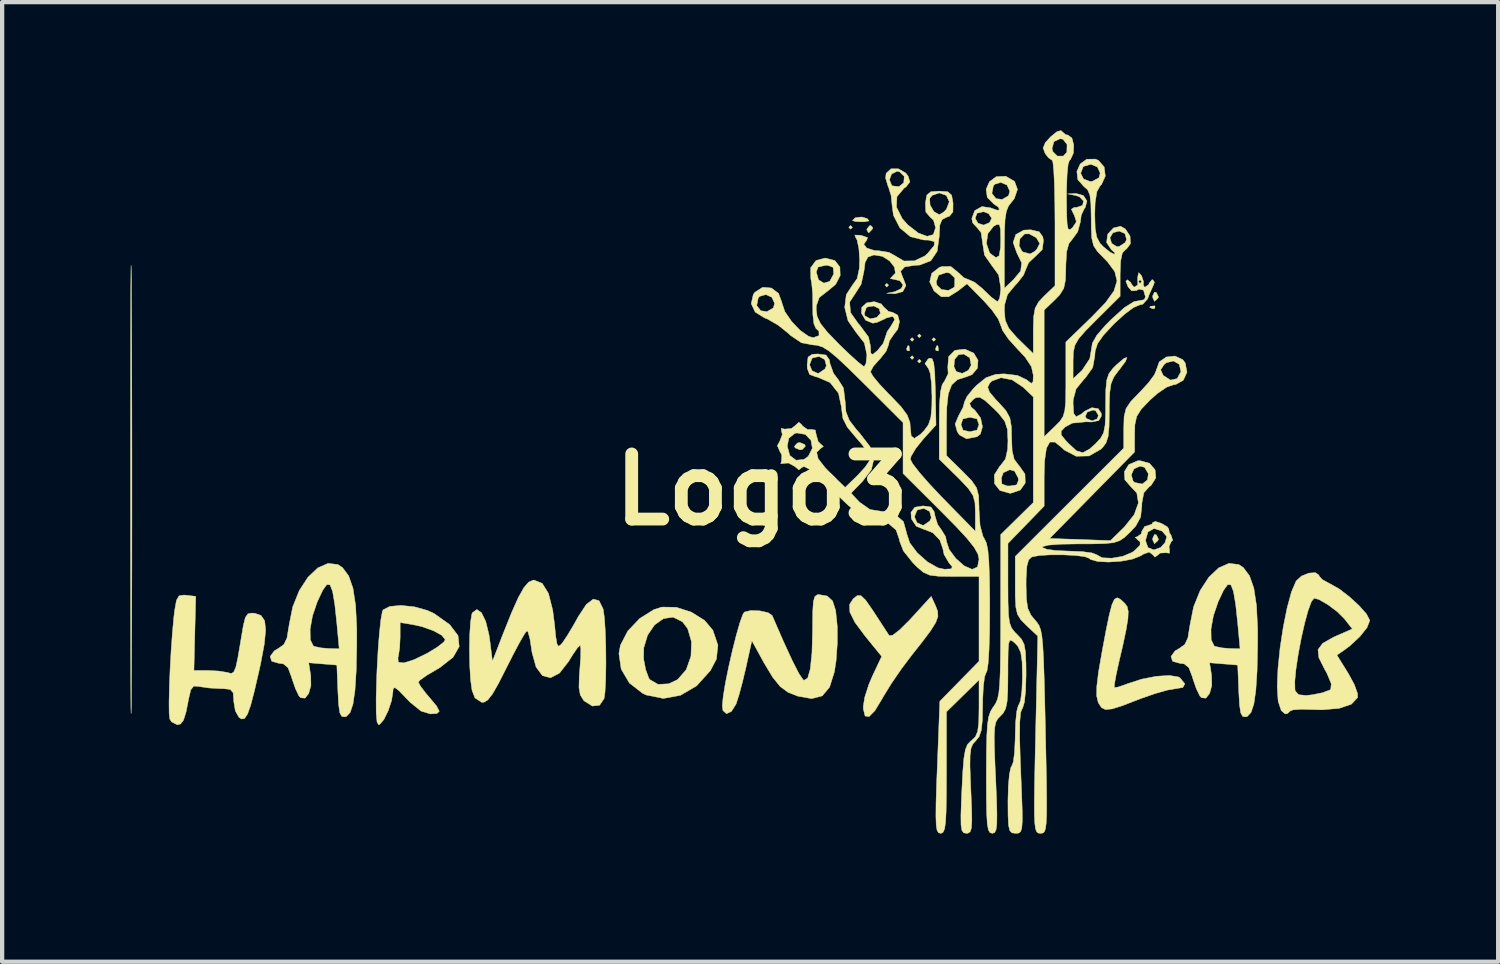
<source format=kicad_pcb>
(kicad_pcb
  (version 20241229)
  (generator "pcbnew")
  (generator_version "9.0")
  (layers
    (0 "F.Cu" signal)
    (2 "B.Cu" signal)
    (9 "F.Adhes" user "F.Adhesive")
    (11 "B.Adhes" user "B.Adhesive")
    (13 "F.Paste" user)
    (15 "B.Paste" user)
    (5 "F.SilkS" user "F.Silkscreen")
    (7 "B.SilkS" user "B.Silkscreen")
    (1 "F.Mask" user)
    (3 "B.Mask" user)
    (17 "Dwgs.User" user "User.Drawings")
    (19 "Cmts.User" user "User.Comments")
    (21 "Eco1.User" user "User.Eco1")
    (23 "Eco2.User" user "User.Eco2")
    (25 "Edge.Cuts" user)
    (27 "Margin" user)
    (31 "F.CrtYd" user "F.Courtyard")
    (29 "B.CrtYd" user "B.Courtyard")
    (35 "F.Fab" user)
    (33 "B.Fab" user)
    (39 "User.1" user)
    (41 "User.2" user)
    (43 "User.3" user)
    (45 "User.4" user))
  (footprint "Logo3"
    (layer "F.Cu")
    (at 14.781 8.408)
    (property "Reference" "Logo3" (at 0 0 0) (layer "F.SilkS") (effects (font (size 1.524 1.524) (thickness 0.3))))
    (attr through_hole)
    (fp_poly (pts (xy 2.117 -6.138) (xy 2.074 -6.096) (xy 2.032 -6.138) (xy 2.074 -6.181) (xy 2.117 -6.138)) (stroke (width 0.01) (type solid)) (fill yes) (layer "F.SilkS"))
    (fp_poly (pts (xy 2.963 -4.784) (xy 2.921 -4.741) (xy 2.879 -4.784) (xy 2.921 -4.826) (xy 2.963 -4.784)) (stroke (width 0.01) (type solid)) (fill yes) (layer "F.SilkS"))
    (fp_poly (pts (xy 3.556 -3.514) (xy 3.514 -3.471) (xy 3.471 -3.514) (xy 3.514 -3.556) (xy 3.556 -3.514)) (stroke (width 0.01) (type solid)) (fill yes) (layer "F.SilkS"))
    (fp_poly (pts (xy 3.556 -3.09) (xy 3.514 -3.048) (xy 3.471 -3.09) (xy 3.514 -3.133) (xy 3.556 -3.09)) (stroke (width 0.01) (type solid)) (fill yes) (layer "F.SilkS"))
    (fp_poly (pts (xy 3.725 -3.598) (xy 3.683 -3.556) (xy 3.641 -3.598) (xy 3.683 -3.641) (xy 3.725 -3.598)) (stroke (width 0.01) (type solid)) (fill yes) (layer "F.SilkS"))
    (fp_poly (pts (xy 3.725 -3.006) (xy 3.683 -2.963) (xy 3.641 -3.006) (xy 3.683 -3.048) (xy 3.725 -3.006)) (stroke (width 0.01) (type solid)) (fill yes) (layer "F.SilkS"))
    (fp_poly (pts (xy 4.064 -3.514) (xy 4.022 -3.471) (xy 3.979 -3.514) (xy 4.022 -3.556) (xy 4.064 -3.514)) (stroke (width 0.01) (type solid)) (fill yes) (layer "F.SilkS"))
    (fp_poly (pts (xy 3.443 -3.358) (xy 3.453 -3.258) (xy 3.443 -3.246) (xy 3.393 -3.257) (xy 3.387 -3.302) (xy 3.418 -3.372) (xy 3.443 -3.358)) (stroke (width 0.01) (type solid)) (fill yes) (layer "F.SilkS"))
    (fp_poly (pts (xy 4.12 -3.358) (xy 4.131 -3.258) (xy 4.12 -3.246) (xy 4.07 -3.257) (xy 4.064 -3.302) (xy 4.095 -3.372) (xy 4.12 -3.358)) (stroke (width 0.01) (type solid)) (fill yes) (layer "F.SilkS"))
    (fp_poly (pts (xy 9.2 -4.29) (xy 9.189 -4.239) (xy 9.144 -4.233) (xy 9.074 -4.264) (xy 9.088 -4.29) (xy 9.188 -4.3) (xy 9.2 -4.29)) (stroke (width 0.01) (type solid)) (fill yes) (layer "F.SilkS"))
    (fp_poly (pts (xy 9.23 -4.613) (xy 9.279 -4.512) (xy 9.267 -4.481) (xy 9.186 -4.406) (xy 9.146 -4.492) (xy 9.144 -4.535) (xy 9.186 -4.622) (xy 9.23 -4.613)) (stroke (width 0.01) (type solid)) (fill yes) (layer "F.SilkS"))
    (fp_poly (pts (xy 9.23 1.059) (xy 9.279 1.161) (xy 9.267 1.191) (xy 9.186 1.266) (xy 9.146 1.181) (xy 9.144 1.138) (xy 9.186 1.051) (xy 9.23 1.059)) (stroke (width 0.01) (type solid)) (fill yes) (layer "F.SilkS"))
    (fp_poly (pts (xy 1.002 -1.055) (xy 1.016 -1.016) (xy 0.947 -0.941) (xy 0.889 -0.931) (xy 0.776 -0.977) (xy 0.762 -1.016) (xy 0.831 -1.091) (xy 0.889 -1.101) (xy 1.002 -1.055)) (stroke (width 0.01) (type solid)) (fill yes) (layer "F.SilkS"))
    (fp_poly (pts (xy 2.463 -6.343) (xy 2.507 -6.289) (xy 2.397 -6.268) (xy 2.349 -6.267) (xy 2.18 -6.276) (xy 2.117 -6.299) (xy 2.185 -6.363) (xy 2.332 -6.38) (xy 2.463 -6.343)) (stroke (width 0.01) (type solid)) (fill yes) (layer "F.SilkS"))
    (fp_poly (pts (xy 2.596 -6.129) (xy 2.582 -6.096) (xy 2.506 -6.015) (xy 2.493 -6.011) (xy 2.456 -6.077) (xy 2.455 -6.096) (xy 2.52 -6.177) (xy 2.545 -6.181) (xy 2.596 -6.129)) (stroke (width 0.01) (type solid)) (fill yes) (layer "F.SilkS"))
    (fp_poly (pts (xy -14.76 -5.127) (xy -14.757 -4.849) (xy -14.754 -4.407) (xy -14.753 -4.255) (xy -14.749 -3.211) (xy -14.746 -2.045) (xy -14.744 -0.803) (xy -14.744 0.468) (xy -14.745 1.723) (xy -14.748 2.913) (xy -14.752 3.994) (xy -14.753 4.255) (xy -14.756 4.742) (xy -14.759 5.066) (xy -14.762 5.229) (xy -14.764 5.238) (xy -14.767 5.097) (xy -14.769 4.811) (xy -14.771 4.384) (xy -14.773 3.822) (xy -14.774 3.129) (xy -14.775 2.31) (xy -14.776 1.37) (xy -14.776 0.314) (xy -14.776 0) (xy -14.776 -1.088) (xy -14.775 -2.06) (xy -14.774 -2.913) (xy -14.773 -3.642) (xy -14.771 -4.241) (xy -14.77 -4.706) (xy -14.767 -5.032) (xy -14.765 -5.214) (xy -14.763 -5.247) (xy -14.76 -5.127)) (stroke (width 0.01) (type solid)) (fill yes) (layer "F.SilkS"))
    (fp_poly (pts (xy 2.319 2.483) (xy 2.428 2.588) (xy 2.586 2.815) (xy 2.637 2.892) (xy 2.797 3.139) (xy 2.924 3.334) (xy 2.98 3.419) (xy 3.062 3.406) (xy 3.227 3.278) (xy 3.454 3.053) (xy 3.5 3.003) (xy 3.961 2.498) (xy 4.064 2.72) (xy 4.112 2.847) (xy 4.118 2.968) (xy 4.067 3.11) (xy 3.946 3.303) (xy 3.742 3.575) (xy 3.522 3.852) (xy 3.27 4.186) (xy 3.029 4.536) (xy 2.844 4.837) (xy 2.815 4.889) (xy 2.643 5.173) (xy 2.507 5.311) (xy 2.414 5.298) (xy 2.372 5.131) (xy 2.371 5.075) (xy 2.407 4.854) (xy 2.501 4.562) (xy 2.587 4.359) (xy 2.802 3.903) (xy 2.417 3.43) (xy 2.176 3.106) (xy 2.057 2.867) (xy 2.051 2.687) (xy 2.134 2.557) (xy 2.231 2.479) (xy 2.319 2.483)) (stroke (width 0.01) (type solid)) (fill yes) (layer "F.SilkS"))
    (fp_poly (pts (xy -2.004 2.754) (xy -1.651 2.868) (xy -1.343 3.06) (xy -1.149 3.29) (xy -1.03 3.642) (xy -1.066 3.967) (xy -1.206 4.234) (xy -1.53 4.593) (xy -1.906 4.813) (xy -2.308 4.887) (xy -2.709 4.806) (xy -2.794 4.766) (xy -3.103 4.525) (xy -3.294 4.201) (xy -3.329 3.958) (xy -2.77 3.958) (xy -2.721 4.214) (xy -2.648 4.41) (xy -2.625 4.445) (xy -2.432 4.557) (xy -2.18 4.544) (xy -1.973 4.445) (xy -1.771 4.212) (xy -1.661 3.898) (xy -1.649 3.56) (xy -1.738 3.254) (xy -1.86 3.092) (xy -2.079 2.985) (xy -2.305 3.018) (xy -2.513 3.166) (xy -2.675 3.403) (xy -2.766 3.703) (xy -2.77 3.958) (xy -3.329 3.958) (xy -3.347 3.837) (xy -3.312 3.64) (xy -3.14 3.31) (xy -2.861 3.016) (xy -2.53 2.808) (xy -2.339 2.748) (xy -2.004 2.754)) (stroke (width 0.01) (type solid)) (fill yes) (layer "F.SilkS"))
    (fp_poly (pts (xy 8.392 2.569) (xy 8.493 2.663) (xy 8.547 2.738) (xy 8.572 2.848) (xy 8.565 3.018) (xy 8.523 3.276) (xy 8.444 3.649) (xy 8.348 4.06) (xy 8.287 4.341) (xy 8.25 4.547) (xy 8.245 4.633) (xy 8.332 4.621) (xy 8.514 4.559) (xy 8.559 4.541) (xy 8.891 4.434) (xy 9.233 4.368) (xy 9.534 4.349) (xy 9.744 4.383) (xy 9.784 4.407) (xy 9.897 4.545) (xy 9.849 4.631) (xy 9.673 4.66) (xy 9.484 4.692) (xy 9.196 4.774) (xy 8.865 4.89) (xy 8.805 4.913) (xy 8.437 5.055) (xy 8.193 5.132) (xy 8.04 5.147) (xy 7.946 5.101) (xy 7.879 4.998) (xy 7.866 4.969) (xy 7.833 4.827) (xy 7.836 4.604) (xy 7.876 4.271) (xy 7.957 3.805) (xy 8.053 3.291) (xy 8.129 2.926) (xy 8.191 2.69) (xy 8.25 2.564) (xy 8.315 2.53) (xy 8.392 2.569)) (stroke (width 0.01) (type solid)) (fill yes) (layer "F.SilkS"))
    (fp_poly (pts (xy 1.527 2.49) (xy 1.652 2.604) (xy 1.725 2.828) (xy 1.762 3.191) (xy 1.763 3.199) (xy 1.764 3.592) (xy 1.735 4.004) (xy 1.695 4.267) (xy 1.582 4.623) (xy 1.411 4.827) (xy 1.164 4.891) (xy 0.839 4.833) (xy 0.611 4.744) (xy 0.426 4.607) (xy 0.25 4.389) (xy 0.049 4.055) (xy 0.011 3.985) (xy -0.236 3.535) (xy -0.374 4.159) (xy -0.455 4.5) (xy -0.537 4.804) (xy -0.603 5.009) (xy -0.605 5.016) (xy -0.715 5.191) (xy -0.831 5.244) (xy -0.913 5.17) (xy -0.928 5.059) (xy -0.906 4.836) (xy -0.854 4.52) (xy -0.779 4.151) (xy -0.692 3.768) (xy -0.601 3.409) (xy -0.516 3.113) (xy -0.446 2.919) (xy -0.412 2.866) (xy -0.262 2.829) (xy -0.052 2.837) (xy 0.141 2.879) (xy 0.238 2.944) (xy 0.503 3.553) (xy 0.712 4.006) (xy 0.864 4.303) (xy 0.962 4.448) (xy 0.984 4.463) (xy 1.07 4.411) (xy 1.132 4.194) (xy 1.171 3.812) (xy 1.185 3.268) (xy 1.185 3.207) (xy 1.189 2.845) (xy 1.204 2.621) (xy 1.238 2.503) (xy 1.295 2.46) (xy 1.333 2.457) (xy 1.527 2.49)) (stroke (width 0.01) (type solid)) (fill yes) (layer "F.SilkS"))
    (fp_poly (pts (xy -13.471 2.472) (xy -13.25 2.498) (xy -13.272 3.365) (xy -13.293 4.233) (xy -12.961 4.233) (xy -12.71 4.246) (xy -12.519 4.277) (xy -12.496 4.284) (xy -12.418 4.303) (xy -12.36 4.268) (xy -12.312 4.154) (xy -12.264 3.932) (xy -12.203 3.576) (xy -12.189 3.488) (xy -12.135 3.172) (xy -12.088 2.989) (xy -12.028 2.906) (xy -11.937 2.889) (xy -11.866 2.895) (xy -11.722 2.945) (xy -11.638 3.068) (xy -11.614 3.284) (xy -11.646 3.614) (xy -11.733 4.079) (xy -11.766 4.227) (xy -11.877 4.71) (xy -11.965 5.046) (xy -12.039 5.254) (xy -12.108 5.355) (xy -12.178 5.368) (xy -12.236 5.332) (xy -12.323 5.181) (xy -12.361 4.955) (xy -12.361 4.943) (xy -12.374 4.755) (xy -12.444 4.675) (xy -12.623 4.656) (xy -12.679 4.656) (xy -12.942 4.642) (xy -13.16 4.61) (xy -13.176 4.606) (xy -13.298 4.598) (xy -13.367 4.686) (xy -13.413 4.882) (xy -13.478 5.208) (xy -13.538 5.398) (xy -13.607 5.485) (xy -13.682 5.503) (xy -13.816 5.435) (xy -13.858 5.368) (xy -13.873 5.234) (xy -13.875 4.969) (xy -13.867 4.61) (xy -13.85 4.195) (xy -13.826 3.76) (xy -13.796 3.345) (xy -13.763 2.986) (xy -13.743 2.822) (xy -13.702 2.591) (xy -13.641 2.486) (xy -13.528 2.467) (xy -13.471 2.472)) (stroke (width 0.01) (type solid)) (fill yes) (layer "F.SilkS"))
    (fp_poly (pts (xy -8.136 2.742) (xy -7.83 2.827) (xy -7.67 2.901) (xy -7.307 3.159) (xy -7.112 3.417) (xy -7.085 3.673) (xy -7.228 3.923) (xy -7.539 4.166) (xy -7.616 4.211) (xy -7.846 4.347) (xy -8.001 4.457) (xy -8.042 4.506) (xy -7.992 4.6) (xy -7.863 4.769) (xy -7.789 4.855) (xy -7.612 5.068) (xy -7.551 5.187) (xy -7.605 5.239) (xy -7.76 5.249) (xy -7.978 5.183) (xy -8.234 4.976) (xy -8.31 4.897) (xy -8.493 4.706) (xy -8.592 4.631) (xy -8.631 4.661) (xy -8.636 4.73) (xy -8.668 4.939) (xy -8.747 5.175) (xy -8.847 5.379) (xy -8.945 5.494) (xy -8.972 5.503) (xy -9.008 5.436) (xy -9.027 5.23) (xy -9.029 4.874) (xy -9.014 4.361) (xy -9.008 4.212) (xy -8.992 3.93) (xy -8.518 3.93) (xy -8.511 4.039) (xy -8.38 4.055) (xy -8.139 3.979) (xy -7.832 3.829) (xy -7.603 3.69) (xy -7.45 3.571) (xy -7.411 3.514) (xy -7.489 3.412) (xy -7.685 3.303) (xy -7.953 3.207) (xy -8.173 3.158) (xy -8.467 3.111) (xy -8.467 3.453) (xy -8.479 3.707) (xy -8.509 3.902) (xy -8.518 3.93) (xy -8.992 3.93) (xy -8.983 3.756) (xy -8.952 3.356) (xy -8.918 3.045) (xy -8.884 2.855) (xy -8.868 2.815) (xy -8.709 2.733) (xy -8.447 2.71) (xy -8.136 2.742)) (stroke (width 0.01) (type solid)) (fill yes) (layer "F.SilkS"))
    (fp_poly (pts (xy -9.923 1.753) (xy -9.815 1.826) (xy -9.672 2.018) (xy -9.571 2.307) (xy -9.509 2.712) (xy -9.482 3.253) (xy -9.482 3.628) (xy -9.495 4.238) (xy -9.524 4.695) (xy -9.57 5.015) (xy -9.636 5.214) (xy -9.724 5.307) (xy -9.755 5.317) (xy -9.831 5.309) (xy -9.878 5.225) (xy -9.906 5.036) (xy -9.923 4.726) (xy -9.948 4.106) (xy -10.278 4.079) (xy -10.607 4.052) (xy -10.56 4.347) (xy -10.555 4.583) (xy -10.607 4.772) (xy -10.694 4.88) (xy -10.796 4.87) (xy -10.836 4.826) (xy -10.915 4.662) (xy -10.998 4.425) (xy -11.01 4.381) (xy -11.091 4.167) (xy -11.201 4.077) (xy -11.306 4.064) (xy -11.472 4.017) (xy -11.509 3.905) (xy -11.415 3.775) (xy -11.314 3.715) (xy -11.188 3.625) (xy -11.114 3.47) (xy -11.081 3.266) (xy -10.574 3.266) (xy -10.569 3.515) (xy -10.499 3.657) (xy -10.477 3.669) (xy -10.318 3.703) (xy -10.132 3.719) (xy -9.893 3.725) (xy -9.946 3.154) (xy -9.996 2.686) (xy -10.048 2.38) (xy -10.108 2.228) (xy -10.183 2.222) (xy -10.279 2.355) (xy -10.403 2.618) (xy -10.404 2.619) (xy -10.518 2.954) (xy -10.574 3.266) (xy -11.081 3.266) (xy -11.069 3.198) (xy -11.067 3.177) (xy -10.981 2.744) (xy -10.827 2.362) (xy -10.625 2.051) (xy -10.394 1.832) (xy -10.154 1.726) (xy -9.923 1.753)) (stroke (width 0.01) (type solid)) (fill yes) (layer "F.SilkS"))
    (fp_poly (pts (xy 11.159 1.753) (xy 11.267 1.826) (xy 11.41 2.018) (xy 11.511 2.307) (xy 11.573 2.712) (xy 11.6 3.253) (xy 11.6 3.628) (xy 11.587 4.238) (xy 11.558 4.695) (xy 11.512 5.015) (xy 11.446 5.214) (xy 11.358 5.307) (xy 11.327 5.317) (xy 11.251 5.309) (xy 11.204 5.225) (xy 11.176 5.036) (xy 11.159 4.726) (xy 11.134 4.106) (xy 10.804 4.079) (xy 10.475 4.052) (xy 10.522 4.347) (xy 10.527 4.583) (xy 10.475 4.772) (xy 10.388 4.88) (xy 10.286 4.87) (xy 10.246 4.826) (xy 10.167 4.662) (xy 10.084 4.425) (xy 10.072 4.381) (xy 9.991 4.167) (xy 9.881 4.077) (xy 9.776 4.064) (xy 9.61 4.017) (xy 9.573 3.905) (xy 9.667 3.775) (xy 9.768 3.715) (xy 9.894 3.625) (xy 9.968 3.47) (xy 10.001 3.266) (xy 10.508 3.266) (xy 10.513 3.515) (xy 10.583 3.657) (xy 10.604 3.669) (xy 10.764 3.703) (xy 10.95 3.719) (xy 11.189 3.725) (xy 11.136 3.154) (xy 11.086 2.686) (xy 11.034 2.38) (xy 10.974 2.228) (xy 10.899 2.222) (xy 10.803 2.355) (xy 10.679 2.618) (xy 10.678 2.619) (xy 10.564 2.954) (xy 10.508 3.266) (xy 10.001 3.266) (xy 10.013 3.198) (xy 10.015 3.177) (xy 10.101 2.744) (xy 10.255 2.362) (xy 10.457 2.051) (xy 10.688 1.832) (xy 10.928 1.726) (xy 11.159 1.753)) (stroke (width 0.01) (type solid)) (fill yes) (layer "F.SilkS"))
    (fp_poly (pts (xy 13.036 2.003) (xy 13.039 2.022) (xy 13.109 2.102) (xy 13.278 2.195) (xy 13.287 2.199) (xy 13.504 2.321) (xy 13.746 2.506) (xy 13.974 2.715) (xy 14.147 2.91) (xy 14.223 3.055) (xy 14.224 3.065) (xy 14.16 3.228) (xy 13.992 3.44) (xy 13.758 3.656) (xy 13.649 3.738) (xy 13.455 3.873) (xy 13.723 4.304) (xy 13.863 4.562) (xy 13.938 4.772) (xy 13.94 4.866) (xy 13.793 5.022) (xy 13.506 5.119) (xy 13.1 5.153) (xy 12.89 5.147) (xy 12.617 5.14) (xy 12.426 5.154) (xy 12.361 5.182) (xy 12.293 5.243) (xy 12.245 5.249) (xy 12.153 5.172) (xy 12.085 4.967) (xy 12.078 4.928) (xy 12.058 4.606) (xy 12.063 4.491) (xy 12.469 4.491) (xy 12.474 4.684) (xy 12.483 4.715) (xy 12.56 4.799) (xy 12.73 4.817) (xy 12.881 4.801) (xy 13.12 4.753) (xy 13.287 4.69) (xy 13.311 4.672) (xy 13.323 4.542) (xy 13.222 4.299) (xy 13.165 4.198) (xy 13.032 3.932) (xy 13.013 3.744) (xy 13.123 3.596) (xy 13.378 3.452) (xy 13.482 3.406) (xy 13.816 3.26) (xy 13.632 3.025) (xy 13.463 2.856) (xy 13.244 2.692) (xy 13.038 2.573) (xy 12.923 2.54) (xy 12.859 2.618) (xy 12.782 2.826) (xy 12.7 3.126) (xy 12.62 3.48) (xy 12.55 3.851) (xy 12.497 4.201) (xy 12.469 4.491) (xy 12.063 4.491) (xy 12.076 4.185) (xy 12.125 3.708) (xy 12.199 3.22) (xy 12.29 2.767) (xy 12.392 2.392) (xy 12.499 2.142) (xy 12.501 2.138) (xy 12.626 2.023) (xy 12.798 1.954) (xy 12.954 1.943) (xy 13.036 2.003)) (stroke (width 0.01) (type solid)) (fill yes) (layer "F.SilkS"))
    (fp_poly (pts (xy -5.142 2.194) (xy -4.996 2.429) (xy -4.896 2.823) (xy -4.857 3.128) (xy -4.825 3.443) (xy -4.796 3.614) (xy -4.759 3.667) (xy -4.703 3.626) (xy -4.664 3.578) (xy -4.549 3.406) (xy -4.397 3.151) (xy -4.294 2.966) (xy -4.109 2.685) (xy -3.946 2.562) (xy -3.813 2.599) (xy -3.716 2.794) (xy -3.688 2.987) (xy -3.667 3.297) (xy -3.654 3.677) (xy -3.651 4.077) (xy -3.657 4.448) (xy -3.673 4.74) (xy -3.694 4.889) (xy -3.799 5.045) (xy -3.968 5.065) (xy -4.158 4.946) (xy -4.176 4.927) (xy -4.251 4.806) (xy -4.282 4.631) (xy -4.274 4.355) (xy -4.262 4.207) (xy -4.242 3.923) (xy -4.239 3.72) (xy -4.255 3.641) (xy -4.255 3.641) (xy -4.321 3.707) (xy -4.438 3.878) (xy -4.525 4.022) (xy -4.738 4.294) (xy -4.947 4.403) (xy -5.136 4.354) (xy -5.286 4.153) (xy -5.382 3.805) (xy -5.39 3.747) (xy -5.428 3.499) (xy -5.472 3.337) (xy -5.497 3.302) (xy -5.554 3.373) (xy -5.667 3.567) (xy -5.819 3.852) (xy -5.971 4.152) (xy -6.164 4.533) (xy -6.306 4.782) (xy -6.415 4.921) (xy -6.506 4.976) (xy -6.559 4.978) (xy -6.716 4.874) (xy -6.784 4.699) (xy -6.818 4.452) (xy -6.838 4.122) (xy -6.845 3.756) (xy -6.839 3.401) (xy -6.82 3.104) (xy -6.789 2.913) (xy -6.775 2.879) (xy -6.671 2.805) (xy -6.564 2.88) (xy -6.465 3.081) (xy -6.389 3.39) (xy -6.37 3.516) (xy -6.307 4.018) (xy -6.062 3.385) (xy -5.862 2.886) (xy -5.703 2.529) (xy -5.572 2.295) (xy -5.459 2.164) (xy -5.352 2.118) (xy -5.334 2.117) (xy -5.142 2.194)) (stroke (width 0.01) (type solid)) (fill yes) (layer "F.SilkS"))
    (fp_poly (pts (xy 9.848 -3.041) (xy 9.906 -2.963) (xy 9.946 -2.747) (xy 9.861 -2.56) (xy 9.683 -2.46) (xy 9.631 -2.455) (xy 9.471 -2.398) (xy 9.252 -2.248) (xy 9.084 -2.099) (xy 8.877 -1.883) (xy 8.769 -1.712) (xy 8.727 -1.518) (xy 8.721 -1.312) (xy 8.721 -0.882) (xy 7.726 0.131) (xy 6.731 1.143) (xy 8.156 1.193) (xy 8.481 0.875) (xy 8.711 0.586) (xy 8.81 0.311) (xy 8.772 0.078) (xy 8.636 -0.065) (xy 8.492 -0.23) (xy 8.485 -0.344) (xy 8.643 -0.344) (xy 8.685 -0.201) (xy 8.726 -0.166) (xy 8.901 -0.131) (xy 9.022 -0.227) (xy 9.043 -0.371) (xy 8.955 -0.522) (xy 8.849 -0.55) (xy 8.706 -0.486) (xy 8.643 -0.344) (xy 8.485 -0.344) (xy 8.481 -0.421) (xy 8.585 -0.586) (xy 8.787 -0.673) (xy 8.848 -0.677) (xy 9.07 -0.616) (xy 9.2 -0.464) (xy 9.218 -0.275) (xy 9.107 -0.099) (xy 9.059 -0.065) (xy 8.937 0.073) (xy 8.891 0.312) (xy 8.89 0.385) (xy 8.861 0.644) (xy 8.748 0.852) (xy 8.611 0.999) (xy 8.483 1.119) (xy 8.367 1.196) (xy 8.226 1.242) (xy 8.019 1.263) (xy 7.709 1.27) (xy 7.42 1.27) (xy 6.986 1.277) (xy 6.698 1.299) (xy 6.567 1.334) (xy 6.562 1.355) (xy 6.667 1.397) (xy 6.893 1.427) (xy 7.191 1.439) (xy 7.197 1.439) (xy 7.496 1.451) (xy 7.723 1.481) (xy 7.831 1.523) (xy 7.832 1.524) (xy 7.963 1.595) (xy 8.187 1.605) (xy 8.442 1.561) (xy 8.664 1.468) (xy 8.716 1.431) (xy 8.847 1.302) (xy 8.85 1.221) (xy 8.81 1.189) (xy 8.975 1.189) (xy 9.032 1.355) (xy 9.17 1.411) (xy 9.334 1.352) (xy 9.434 1.239) (xy 9.474 1.099) (xy 9.37 0.976) (xy 9.363 0.97) (xy 9.177 0.909) (xy 9.033 0.991) (xy 8.975 1.189) (xy 8.81 1.189) (xy 8.801 1.181) (xy 8.734 1.116) (xy 8.784 1.102) (xy 8.878 1.032) (xy 8.89 0.974) (xy 8.958 0.861) (xy 9.017 0.847) (xy 9.13 0.805) (xy 9.144 0.77) (xy 9.208 0.745) (xy 9.349 0.79) (xy 9.488 0.872) (xy 9.52 0.923) (xy 9.534 1.007) (xy 9.572 1.064) (xy 9.612 1.184) (xy 9.575 1.223) (xy 9.526 1.335) (xy 9.538 1.401) (xy 9.537 1.488) (xy 9.458 1.477) (xy 9.315 1.485) (xy 9.269 1.527) (xy 9.196 1.579) (xy 9.141 1.519) (xy 9.061 1.461) (xy 8.923 1.511) (xy 8.858 1.552) (xy 8.666 1.627) (xy 8.397 1.676) (xy 8.107 1.695) (xy 7.852 1.681) (xy 7.687 1.633) (xy 7.662 1.609) (xy 7.558 1.569) (xy 7.337 1.541) (xy 7.05 1.526) (xy 6.75 1.526) (xy 6.487 1.542) (xy 6.315 1.575) (xy 6.315 1.575) (xy 6.241 1.643) (xy 6.199 1.797) (xy 6.182 2.071) (xy 6.181 2.227) (xy 6.189 2.562) (xy 6.222 2.781) (xy 6.294 2.936) (xy 6.382 3.043) (xy 6.44 3.111) (xy 6.487 3.184) (xy 6.523 3.285) (xy 6.551 3.432) (xy 6.572 3.646) (xy 6.589 3.947) (xy 6.603 4.355) (xy 6.617 4.89) (xy 6.633 5.572) (xy 6.634 5.652) (xy 6.649 6.349) (xy 6.659 6.896) (xy 6.663 7.311) (xy 6.661 7.611) (xy 6.651 7.816) (xy 6.633 7.943) (xy 6.606 8.011) (xy 6.568 8.038) (xy 6.52 8.043) (xy 6.519 8.043) (xy 6.469 8.038) (xy 6.431 8.011) (xy 6.404 7.942) (xy 6.386 7.814) (xy 6.376 7.607) (xy 6.375 7.303) (xy 6.38 6.883) (xy 6.391 6.328) (xy 6.404 5.736) (xy 6.456 3.429) (xy 6.191 3.18) (xy 6.06 3.047) (xy 5.981 2.921) (xy 5.942 2.754) (xy 5.928 2.498) (xy 5.927 2.248) (xy 5.927 1.564) (xy 7.197 0.296) (xy 8.467 -0.972) (xy 8.467 -1.442) (xy 8.475 -1.71) (xy 8.52 -1.895) (xy 8.631 -2.062) (xy 8.837 -2.276) (xy 8.848 -2.286) (xy 9.048 -2.503) (xy 9.186 -2.691) (xy 9.229 -2.795) (xy 9.232 -2.804) (xy 9.33 -2.804) (xy 9.389 -2.677) (xy 9.397 -2.668) (xy 9.561 -2.563) (xy 9.716 -2.598) (xy 9.804 -2.758) (xy 9.805 -2.763) (xy 9.766 -2.932) (xy 9.633 -3.01) (xy 9.464 -2.971) (xy 9.411 -2.928) (xy 9.33 -2.804) (xy 9.232 -2.804) (xy 9.297 -2.989) (xy 9.463 -3.104) (xy 9.666 -3.126) (xy 9.848 -3.041)) (stroke (width 0.01) (type solid)) (fill yes) (layer "F.SilkS"))
    (fp_poly (pts (xy 3.194 -7.507) (xy 3.364 -7.409) (xy 3.42 -7.337) (xy 3.463 -7.202) (xy 3.375 -7.089) (xy 3.323 -7.051) (xy 3.159 -6.856) (xy 3.147 -6.612) (xy 3.284 -6.341) (xy 3.412 -6.197) (xy 3.658 -6.005) (xy 3.866 -5.928) (xy 4.01 -5.968) (xy 4.064 -6.129) (xy 4.015 -6.306) (xy 3.932 -6.383) (xy 3.835 -6.496) (xy 3.826 -6.709) (xy 3.845 -6.815) (xy 3.925 -6.815) (xy 3.934 -6.66) (xy 4.025 -6.505) (xy 4.148 -6.435) (xy 4.149 -6.435) (xy 4.25 -6.492) (xy 4.317 -6.561) (xy 4.384 -6.738) (xy 4.315 -6.885) (xy 4.149 -6.943) (xy 3.985 -6.888) (xy 3.925 -6.815) (xy 3.845 -6.815) (xy 3.86 -6.895) (xy 3.953 -6.971) (xy 4.149 -6.985) (xy 4.35 -6.97) (xy 4.439 -6.89) (xy 4.472 -6.703) (xy 4.469 -6.498) (xy 4.39 -6.4) (xy 4.324 -6.376) (xy 4.215 -6.319) (xy 4.162 -6.19) (xy 4.149 -5.943) (xy 4.149 -5.93) (xy 4.1 -5.576) (xy 3.951 -5.355) (xy 3.693 -5.256) (xy 3.575 -5.249) (xy 3.34 -5.212) (xy 3.243 -5.11) (xy 3.297 -4.959) (xy 3.304 -4.95) (xy 3.37 -4.775) (xy 3.296 -4.634) (xy 3.114 -4.584) (xy 2.921 -4.595) (xy 3.111 -4.632) (xy 3.26 -4.706) (xy 3.302 -4.79) (xy 3.23 -4.887) (xy 3.111 -4.917) (xy 3.005 -4.937) (xy 3.027 -4.967) (xy 3.123 -5.067) (xy 3.1 -5.208) (xy 2.989 -5.351) (xy 2.821 -5.459) (xy 2.627 -5.491) (xy 2.61 -5.489) (xy 2.48 -5.442) (xy 2.414 -5.319) (xy 2.387 -5.11) (xy 2.321 -4.806) (xy 2.197 -4.61) (xy 2.052 -4.389) (xy 2.073 -4.143) (xy 2.259 -3.879) (xy 2.286 -3.852) (xy 2.493 -3.573) (xy 2.54 -3.358) (xy 2.547 -3.188) (xy 2.595 -3.165) (xy 2.709 -3.26) (xy 2.837 -3.42) (xy 2.879 -3.541) (xy 2.932 -3.701) (xy 3.019 -3.825) (xy 3.108 -3.98) (xy 3.063 -4.055) (xy 2.91 -4.017) (xy 2.876 -3.997) (xy 2.694 -3.914) (xy 2.594 -3.895) (xy 2.425 -3.965) (xy 2.335 -4.118) (xy 2.394 -4.118) (xy 2.411 -4.067) (xy 2.535 -3.996) (xy 2.688 -4.029) (xy 2.773 -4.127) (xy 2.743 -4.237) (xy 2.62 -4.297) (xy 2.479 -4.28) (xy 2.44 -4.252) (xy 2.394 -4.118) (xy 2.335 -4.118) (xy 2.329 -4.128) (xy 2.336 -4.265) (xy 2.451 -4.371) (xy 2.631 -4.398) (xy 2.794 -4.345) (xy 2.848 -4.276) (xy 2.964 -4.169) (xy 3.057 -4.149) (xy 3.178 -4.083) (xy 3.219 -3.93) (xy 3.177 -3.751) (xy 3.09 -3.641) (xy 2.982 -3.482) (xy 2.963 -3.391) (xy 2.905 -3.237) (xy 2.764 -3.06) (xy 2.752 -3.048) (xy 2.608 -2.888) (xy 2.541 -2.763) (xy 2.54 -2.755) (xy 2.597 -2.655) (xy 2.746 -2.473) (xy 2.959 -2.247) (xy 3.006 -2.201) (xy 3.256 -1.939) (xy 3.4 -1.743) (xy 3.463 -1.572) (xy 3.471 -1.463) (xy 3.493 -1.255) (xy 3.567 -1.199) (xy 3.708 -1.293) (xy 3.795 -1.381) (xy 3.896 -1.518) (xy 3.953 -1.691) (xy 3.976 -1.951) (xy 3.979 -2.181) (xy 3.968 -2.485) (xy 3.939 -2.719) (xy 3.898 -2.834) (xy 3.895 -2.836) (xy 3.814 -2.95) (xy 3.889 -3.057) (xy 3.926 -3.075) (xy 3.982 -3.064) (xy 4.02 -2.963) (xy 4.043 -2.747) (xy 4.056 -2.392) (xy 4.058 -2.315) (xy 4.073 -1.512) (xy 3.772 -1.179) (xy 3.601 -0.966) (xy 3.492 -0.784) (xy 3.471 -0.712) (xy 3.528 -0.604) (xy 3.683 -0.404) (xy 3.913 -0.14) (xy 4.195 0.16) (xy 4.232 0.198) (xy 4.993 0.974) (xy 4.994 0.547) (xy 4.986 0.312) (xy 4.941 0.14) (xy 4.832 -0.025) (xy 4.632 -0.237) (xy 4.572 -0.296) (xy 4.149 -0.713) (xy 4.149 -1.574) (xy 4.155 -2.002) (xy 4.178 -2.289) (xy 4.219 -2.461) (xy 4.272 -2.537) (xy 4.358 -2.712) (xy 4.349 -2.87) (xy 4.35 -2.876) (xy 4.493 -2.876) (xy 4.547 -2.763) (xy 4.687 -2.72) (xy 4.831 -2.791) (xy 4.897 -2.912) (xy 4.863 -3.086) (xy 4.723 -3.173) (xy 4.601 -3.158) (xy 4.507 -3.047) (xy 4.493 -2.876) (xy 4.35 -2.876) (xy 4.368 -3.111) (xy 4.515 -3.26) (xy 4.749 -3.287) (xy 4.957 -3.194) (xy 5.056 -3.028) (xy 5.043 -2.842) (xy 4.917 -2.691) (xy 4.775 -2.637) (xy 4.573 -2.573) (xy 4.44 -2.451) (xy 4.361 -2.242) (xy 4.325 -1.916) (xy 4.318 -1.571) (xy 4.318 -0.797) (xy 4.699 -0.423) (xy 4.908 -0.209) (xy 5.022 -0.043) (xy 5.07 0.141) (xy 5.08 0.41) (xy 5.08 0.467) (xy 5.104 0.837) (xy 5.172 1.093) (xy 5.204 1.148) (xy 5.252 1.247) (xy 5.287 1.416) (xy 5.31 1.676) (xy 5.324 2.052) (xy 5.331 2.566) (xy 5.331 2.768) (xy 5.327 3.314) (xy 5.314 3.755) (xy 5.293 4.072) (xy 5.265 4.248) (xy 5.249 4.276) (xy 5.21 4.379) (xy 5.181 4.608) (xy 5.166 4.92) (xy 5.165 5.03) (xy 5.158 5.395) (xy 5.133 5.632) (xy 5.082 5.78) (xy 5.004 5.877) (xy 4.935 5.953) (xy 4.892 6.056) (xy 4.871 6.218) (xy 4.868 6.471) (xy 4.881 6.849) (xy 4.889 7.033) (xy 4.907 7.461) (xy 4.912 7.748) (xy 4.901 7.922) (xy 4.871 8.01) (xy 4.819 8.041) (xy 4.784 8.043) (xy 4.72 8.031) (xy 4.68 7.976) (xy 4.659 7.85) (xy 4.656 7.626) (xy 4.668 7.276) (xy 4.679 7.019) (xy 4.702 6.581) (xy 4.727 6.28) (xy 4.761 6.086) (xy 4.809 5.966) (xy 4.879 5.89) (xy 4.903 5.872) (xy 4.995 5.785) (xy 5.048 5.658) (xy 5.074 5.448) (xy 5.08 5.113) (xy 5.08 5.1) (xy 5.08 4.452) (xy 4.318 5.2) (xy 4.318 6.622) (xy 4.316 7.147) (xy 4.31 7.526) (xy 4.297 7.782) (xy 4.274 7.938) (xy 4.24 8.017) (xy 4.193 8.043) (xy 4.18 8.043) (xy 4.132 8.029) (xy 4.098 7.973) (xy 4.078 7.851) (xy 4.071 7.642) (xy 4.074 7.323) (xy 4.088 6.872) (xy 4.103 6.498) (xy 4.163 4.953) (xy 4.621 4.485) (xy 5.08 4.017) (xy 5.08 2.032) (xy 4.462 2.032) (xy 4.139 2.028) (xy 3.929 2.002) (xy 3.778 1.936) (xy 3.63 1.811) (xy 3.531 1.711) (xy 3.311 1.435) (xy 3.219 1.199) (xy 3.217 1.17) (xy 3.14 0.947) (xy 2.939 0.773) (xy 2.656 0.683) (xy 2.558 0.677) (xy 2.415 0.649) (xy 2.244 0.551) (xy 2.018 0.366) (xy 1.711 0.073) (xy 1.662 0.023) (xy 1.343 -0.285) (xy 1.122 -0.47) (xy 0.988 -0.54) (xy 0.941 -0.523) (xy 0.864 -0.463) (xy 0.77 -0.541) (xy 0.621 -0.623) (xy 0.53 -0.616) (xy 0.44 -0.606) (xy 0.459 -0.667) (xy 0.465 -0.81) (xy 0.42 -0.893) (xy 0.366 -1.017) (xy 0.593 -1.017) (xy 0.652 -0.799) (xy 0.798 -0.688) (xy 0.984 -0.707) (xy 1.084 -0.779) (xy 1.18 -0.967) (xy 1.147 -1.155) (xy 1.017 -1.292) (xy 0.819 -1.326) (xy 0.766 -1.314) (xy 0.627 -1.201) (xy 0.593 -1.017) (xy 0.366 -1.017) (xy 0.361 -1.029) (xy 0.42 -1.139) (xy 0.477 -1.29) (xy 0.459 -1.365) (xy 0.45 -1.433) (xy 0.53 -1.416) (xy 0.69 -1.43) (xy 0.771 -1.492) (xy 0.864 -1.576) (xy 0.932 -1.518) (xy 0.948 -1.491) (xy 1.07 -1.404) (xy 1.145 -1.41) (xy 1.248 -1.394) (xy 1.27 -1.286) (xy 1.316 -1.123) (xy 1.376 -1.065) (xy 1.438 -1.01) (xy 1.376 -0.967) (xy 1.281 -0.873) (xy 1.314 -0.727) (xy 1.479 -0.513) (xy 1.608 -0.381) (xy 1.947 -0.051) (xy 2.243 -0.338) (xy 2.417 -0.529) (xy 2.524 -0.687) (xy 2.54 -0.738) (xy 2.486 -0.857) (xy 2.346 -1.05) (xy 2.201 -1.218) (xy 1.996 -1.464) (xy 1.894 -1.668) (xy 1.863 -1.891) (xy 1.863 -1.921) (xy 1.791 -2.257) (xy 1.594 -2.506) (xy 1.297 -2.634) (xy 1.27 -2.638) (xy 1.116 -2.693) (xy 1.062 -2.834) (xy 1.058 -2.921) (xy 1.114 -2.921) (xy 1.171 -2.782) (xy 1.304 -2.722) (xy 1.332 -2.725) (xy 1.474 -2.823) (xy 1.508 -2.901) (xy 1.469 -3.044) (xy 1.339 -3.116) (xy 1.19 -3.084) (xy 1.168 -3.065) (xy 1.114 -2.921) (xy 1.058 -2.921) (xy 1.058 -2.921) (xy 1.079 -3.101) (xy 1.178 -3.167) (xy 1.312 -3.175) (xy 1.499 -3.149) (xy 1.577 -3.039) (xy 1.592 -2.951) (xy 1.675 -2.72) (xy 1.783 -2.578) (xy 1.908 -2.378) (xy 1.947 -2.063) (xy 1.947 -2.059) (xy 1.966 -1.819) (xy 2.044 -1.623) (xy 2.211 -1.405) (xy 2.286 -1.322) (xy 2.53 -1.005) (xy 2.621 -0.729) (xy 2.561 -0.467) (xy 2.355 -0.196) (xy 2.085 0.083) (xy 2.285 0.295) (xy 2.529 0.466) (xy 2.796 0.508) (xy 3.107 0.572) (xy 3.311 0.749) (xy 3.387 1.02) (xy 3.387 1.027) (xy 3.457 1.243) (xy 3.634 1.479) (xy 3.872 1.69) (xy 4.12 1.831) (xy 4.271 1.863) (xy 4.435 1.854) (xy 4.452 1.804) (xy 4.373 1.708) (xy 4.262 1.518) (xy 4.233 1.382) (xy 4.163 1.18) (xy 3.997 1.008) (xy 3.8 0.931) (xy 3.793 0.931) (xy 3.613 0.858) (xy 3.498 0.686) (xy 3.494 0.635) (xy 3.569 0.635) (xy 3.627 0.774) (xy 3.76 0.834) (xy 3.788 0.831) (xy 3.929 0.733) (xy 3.963 0.655) (xy 3.925 0.512) (xy 3.794 0.44) (xy 3.646 0.472) (xy 3.624 0.491) (xy 3.569 0.635) (xy 3.494 0.635) (xy 3.487 0.533) (xy 3.577 0.413) (xy 3.769 0.381) (xy 3.954 0.407) (xy 4.032 0.518) (xy 4.048 0.608) (xy 4.111 0.816) (xy 4.196 0.936) (xy 4.298 1.1) (xy 4.318 1.212) (xy 4.381 1.401) (xy 4.536 1.61) (xy 4.73 1.782) (xy 4.911 1.862) (xy 4.927 1.863) (xy 5.045 1.809) (xy 5.08 1.63) (xy 5.08 1.628) (xy 5.054 1.507) (xy 4.967 1.352) (xy 4.801 1.144) (xy 4.54 0.862) (xy 4.191 0.508) (xy 3.302 -0.378) (xy 3.302 -1.569) (xy 2.39 -2.478) (xy 2.031 -2.832) (xy 1.766 -3.081) (xy 1.57 -3.244) (xy 1.42 -3.337) (xy 1.293 -3.378) (xy 1.188 -3.387) (xy 0.923 -3.437) (xy 0.669 -3.609) (xy 0.617 -3.658) (xy 0.379 -3.849) (xy 0.128 -3.993) (xy 0.063 -4.018) (xy -0.157 -4.154) (xy -0.23 -4.307) (xy -0.123 -4.307) (xy -0.027 -4.186) (xy 0.117 -4.165) (xy 0.268 -4.253) (xy 0.296 -4.359) (xy 0.232 -4.502) (xy 0.09 -4.565) (xy -0.053 -4.523) (xy -0.088 -4.482) (xy -0.123 -4.307) (xy -0.23 -4.307) (xy -0.251 -4.352) (xy -0.202 -4.568) (xy -0.165 -4.619) (xy 0.018 -4.735) (xy 0.221 -4.718) (xy 0.388 -4.592) (xy 0.468 -4.376) (xy 0.469 -4.363) (xy 0.536 -4.166) (xy 0.692 -3.938) (xy 0.892 -3.728) (xy 1.091 -3.587) (xy 1.202 -3.556) (xy 1.336 -3.605) (xy 1.332 -3.71) (xy 1.264 -3.771) (xy 1.216 -3.881) (xy 1.191 -4.101) (xy 1.19 -4.263) (xy 1.188 -4.568) (xy 1.163 -4.841) (xy 1.144 -4.933) (xy 1.141 -5.094) (xy 1.27 -5.094) (xy 1.325 -4.908) (xy 1.45 -4.833) (xy 1.586 -4.874) (xy 1.674 -5.036) (xy 1.678 -5.06) (xy 1.667 -5.201) (xy 1.545 -5.248) (xy 1.488 -5.249) (xy 1.315 -5.209) (xy 1.27 -5.094) (xy 1.141 -5.094) (xy 1.139 -5.19) (xy 1.266 -5.362) (xy 1.482 -5.419) (xy 1.707 -5.36) (xy 1.824 -5.209) (xy 1.831 -5.01) (xy 1.724 -4.802) (xy 1.526 -4.639) (xy 1.341 -4.496) (xy 1.274 -4.307) (xy 1.27 -4.214) (xy 1.291 -4.051) (xy 1.369 -3.888) (xy 1.528 -3.688) (xy 1.792 -3.415) (xy 1.801 -3.405) (xy 2.045 -3.17) (xy 2.245 -2.989) (xy 2.371 -2.89) (xy 2.394 -2.879) (xy 2.435 -2.953) (xy 2.455 -3.134) (xy 2.455 -3.159) (xy 2.397 -3.431) (xy 2.202 -3.682) (xy 2.201 -3.683) (xy 2.014 -3.953) (xy 1.937 -4.264) (xy 1.974 -4.563) (xy 2.117 -4.784) (xy 2.229 -4.94) (xy 2.279 -5.178) (xy 2.286 -5.373) (xy 2.269 -5.64) (xy 2.227 -5.84) (xy 2.195 -5.899) (xy 2.173 -5.957) (xy 2.298 -5.953) (xy 2.33 -5.947) (xy 2.472 -5.898) (xy 2.452 -5.84) (xy 2.383 -5.743) (xy 2.452 -5.653) (xy 2.628 -5.596) (xy 2.746 -5.588) (xy 2.972 -5.552) (xy 3.13 -5.464) (xy 3.133 -5.461) (xy 3.323 -5.35) (xy 3.57 -5.354) (xy 3.81 -5.467) (xy 3.88 -5.53) (xy 4.028 -5.708) (xy 4.037 -5.803) (xy 3.9 -5.839) (xy 3.784 -5.842) (xy 3.475 -5.919) (xy 3.228 -6.125) (xy 3.077 -6.42) (xy 3.048 -6.631) (xy 3.022 -6.885) (xy 2.959 -7.087) (xy 2.95 -7.102) (xy 2.906 -7.25) (xy 2.983 -7.25) (xy 3.036 -7.121) (xy 3.054 -7.108) (xy 3.205 -7.09) (xy 3.319 -7.182) (xy 3.33 -7.33) (xy 3.221 -7.438) (xy 3.163 -7.451) (xy 3.034 -7.387) (xy 2.983 -7.25) (xy 2.906 -7.25) (xy 2.893 -7.292) (xy 2.907 -7.403) (xy 3.021 -7.508) (xy 3.194 -7.507)) (stroke (width 0.01) (type solid)) (fill yes) (layer "F.SilkS"))
    (fp_poly (pts (xy 7.011 -8.389) (xy 7.11 -8.305) (xy 7.161 -8.297) (xy 7.254 -8.227) (xy 7.297 -8.063) (xy 7.288 -7.873) (xy 7.221 -7.726) (xy 7.194 -7.703) (xy 7.164 -7.605) (xy 7.141 -7.376) (xy 7.129 -7.055) (xy 7.127 -6.827) (xy 7.131 -6.45) (xy 7.142 -6.216) (xy 7.165 -6.102) (xy 7.205 -6.082) (xy 7.267 -6.13) (xy 7.268 -6.131) (xy 7.358 -6.267) (xy 7.312 -6.416) (xy 7.3 -6.436) (xy 7.241 -6.562) (xy 7.305 -6.602) (xy 7.365 -6.604) (xy 7.505 -6.652) (xy 7.525 -6.755) (xy 7.43 -6.854) (xy 7.345 -6.883) (xy 7.154 -6.92) (xy 7.347 -6.931) (xy 7.522 -6.883) (xy 7.606 -6.754) (xy 7.565 -6.601) (xy 7.547 -6.581) (xy 7.473 -6.428) (xy 7.451 -6.262) (xy 7.389 -6.033) (xy 7.281 -5.884) (xy 7.181 -5.754) (xy 7.129 -5.563) (xy 7.112 -5.261) (xy 7.112 -5.21) (xy 7.103 -4.907) (xy 7.063 -4.711) (xy 6.97 -4.561) (xy 6.858 -4.445) (xy 6.604 -4.202) (xy 6.604 -1.238) (xy 6.858 -1.482) (xy 6.973 -1.598) (xy 7.046 -1.709) (xy 7.088 -1.854) (xy 7.107 -2.072) (xy 7.112 -2.403) (xy 7.112 -2.59) (xy 7.112 -3.455) (xy 7.705 -4.028) (xy 8.039 -4.373) (xy 8.238 -4.65) (xy 8.309 -4.884) (xy 8.257 -5.102) (xy 8.087 -5.331) (xy 8.001 -5.419) (xy 7.85 -5.574) (xy 7.761 -5.71) (xy 7.719 -5.881) (xy 7.706 -6.137) (xy 7.705 -6.346) (xy 7.698 -6.684) (xy 7.674 -6.894) (xy 7.621 -7.018) (xy 7.535 -7.092) (xy 7.391 -7.256) (xy 7.375 -7.403) (xy 7.458 -7.403) (xy 7.526 -7.27) (xy 7.681 -7.209) (xy 7.725 -7.212) (xy 7.885 -7.296) (xy 7.916 -7.407) (xy 7.849 -7.552) (xy 7.697 -7.614) (xy 7.535 -7.567) (xy 7.515 -7.549) (xy 7.458 -7.403) (xy 7.375 -7.403) (xy 7.37 -7.447) (xy 7.448 -7.621) (xy 7.6 -7.732) (xy 7.801 -7.735) (xy 7.874 -7.705) (xy 8.009 -7.55) (xy 8.035 -7.337) (xy 7.947 -7.141) (xy 7.916 -7.112) (xy 7.838 -6.975) (xy 7.797 -6.714) (xy 7.789 -6.439) (xy 7.798 -6.116) (xy 7.834 -5.91) (xy 7.909 -5.768) (xy 7.985 -5.687) (xy 8.144 -5.559) (xy 8.254 -5.503) (xy 8.255 -5.503) (xy 8.258 -5.543) (xy 8.177 -5.615) (xy 8.065 -5.783) (xy 8.08 -5.895) (xy 8.143 -5.895) (xy 8.184 -5.762) (xy 8.303 -5.687) (xy 8.36 -5.689) (xy 8.5 -5.781) (xy 8.533 -5.853) (xy 8.495 -5.992) (xy 8.36 -6.051) (xy 8.214 -6.012) (xy 8.143 -5.895) (xy 8.08 -5.895) (xy 8.091 -5.978) (xy 8.227 -6.124) (xy 8.393 -6.163) (xy 8.502 -6.102) (xy 8.614 -5.935) (xy 8.623 -5.754) (xy 8.527 -5.627) (xy 8.509 -5.619) (xy 8.433 -5.537) (xy 8.393 -5.345) (xy 8.382 -5.047) (xy 8.382 -4.525) (xy 7.832 -3.979) (xy 7.571 -3.716) (xy 7.409 -3.529) (xy 7.323 -3.378) (xy 7.288 -3.22) (xy 7.281 -3.015) (xy 7.281 -2.595) (xy 7.493 -2.794) (xy 7.672 -3.064) (xy 7.705 -3.256) (xy 7.733 -3.428) (xy 7.836 -3.611) (xy 8.036 -3.843) (xy 8.174 -3.982) (xy 8.481 -4.258) (xy 8.707 -4.4) (xy 8.809 -4.419) (xy 8.946 -4.445) (xy 8.975 -4.51) (xy 8.93 -4.668) (xy 8.821 -4.693) (xy 8.767 -4.66) (xy 8.652 -4.651) (xy 8.568 -4.746) (xy 8.516 -4.876) (xy 8.551 -4.911) (xy 8.633 -4.847) (xy 8.636 -4.826) (xy 8.7 -4.744) (xy 8.721 -4.741) (xy 8.795 -4.789) (xy 8.795 -4.805) (xy 8.794 -4.868) (xy 8.805 -4.868) (xy 8.848 -4.826) (xy 8.89 -4.868) (xy 8.848 -4.911) (xy 8.805 -4.868) (xy 8.794 -4.868) (xy 8.793 -4.939) (xy 8.797 -4.995) (xy 8.818 -5.078) (xy 8.879 -5.01) (xy 8.886 -4.999) (xy 8.932 -4.859) (xy 8.922 -4.809) (xy 8.943 -4.745) (xy 8.97 -4.741) (xy 9.056 -4.803) (xy 9.059 -4.826) (xy 9.124 -4.908) (xy 9.145 -4.911) (xy 9.186 -4.853) (xy 9.151 -4.763) (xy 9.058 -4.556) (xy 9.026 -4.466) (xy 8.914 -4.34) (xy 8.826 -4.318) (xy 8.695 -4.261) (xy 8.49 -4.109) (xy 8.256 -3.896) (xy 8.231 -3.871) (xy 7.991 -3.613) (xy 7.855 -3.42) (xy 7.798 -3.246) (xy 7.789 -3.125) (xy 7.74 -2.855) (xy 7.57 -2.617) (xy 7.535 -2.582) (xy 7.351 -2.355) (xy 7.284 -2.104) (xy 7.281 -2.016) (xy 7.296 -1.784) (xy 7.352 -1.706) (xy 7.372 -1.716) (xy 7.566 -1.716) (xy 7.594 -1.663) (xy 7.729 -1.608) (xy 7.846 -1.658) (xy 7.874 -1.736) (xy 7.809 -1.848) (xy 7.752 -1.863) (xy 7.613 -1.816) (xy 7.566 -1.716) (xy 7.372 -1.716) (xy 7.472 -1.766) (xy 7.547 -1.831) (xy 7.718 -1.917) (xy 7.869 -1.895) (xy 7.944 -1.781) (xy 7.94 -1.715) (xy 7.879 -1.616) (xy 7.72 -1.583) (xy 7.58 -1.587) (xy 7.262 -1.556) (xy 7.095 -1.466) (xy 7.002 -1.367) (xy 7.004 -1.279) (xy 7.112 -1.145) (xy 7.168 -1.086) (xy 7.36 -0.909) (xy 7.508 -0.864) (xy 7.669 -0.951) (xy 7.806 -1.074) (xy 7.924 -1.2) (xy 7.995 -1.329) (xy 8.03 -1.507) (xy 8.042 -1.781) (xy 8.043 -1.99) (xy 8.047 -2.336) (xy 8.068 -2.56) (xy 8.118 -2.71) (xy 8.21 -2.834) (xy 8.297 -2.921) (xy 8.472 -3.07) (xy 8.543 -3.093) (xy 8.508 -3.001) (xy 8.363 -2.806) (xy 8.34 -2.779) (xy 8.233 -2.633) (xy 8.169 -2.478) (xy 8.138 -2.265) (xy 8.128 -1.945) (xy 8.128 -1.829) (xy 8.123 -1.473) (xy 8.101 -1.243) (xy 8.052 -1.093) (xy 7.967 -0.98) (xy 7.932 -0.946) (xy 7.655 -0.788) (xy 7.354 -0.781) (xy 7.077 -0.926) (xy 7.028 -0.973) (xy 6.859 -1.112) (xy 6.737 -1.113) (xy 6.657 -0.968) (xy 6.614 -0.669) (xy 6.604 -0.305) (xy 6.604 0.385) (xy 6.181 0.822) (xy 5.757 1.259) (xy 5.757 2.223) (xy 5.759 2.643) (xy 5.77 2.928) (xy 5.795 3.115) (xy 5.842 3.239) (xy 5.916 3.335) (xy 5.969 3.387) (xy 6.072 3.497) (xy 6.135 3.621) (xy 6.167 3.801) (xy 6.179 4.08) (xy 6.181 4.328) (xy 6.17 4.706) (xy 6.141 4.979) (xy 6.097 5.119) (xy 6.088 5.127) (xy 6.053 5.216) (xy 6.034 5.436) (xy 6.031 5.799) (xy 6.045 6.314) (xy 6.057 6.614) (xy 6.078 7.136) (xy 6.091 7.512) (xy 6.092 7.766) (xy 6.08 7.923) (xy 6.052 8.006) (xy 6.007 8.038) (xy 5.943 8.043) (xy 5.937 8.043) (xy 5.852 8.033) (xy 5.799 7.979) (xy 5.77 7.85) (xy 5.759 7.614) (xy 5.757 7.286) (xy 5.766 6.944) (xy 5.79 6.67) (xy 5.824 6.505) (xy 5.842 6.477) (xy 5.882 6.373) (xy 5.912 6.145) (xy 5.926 5.836) (xy 5.927 5.757) (xy 5.937 5.437) (xy 5.963 5.186) (xy 6.001 5.048) (xy 6.011 5.038) (xy 6.053 4.933) (xy 6.083 4.706) (xy 6.096 4.403) (xy 6.096 4.368) (xy 6.088 4.027) (xy 6.056 3.809) (xy 5.991 3.669) (xy 5.927 3.598) (xy 5.85 3.535) (xy 5.801 3.528) (xy 5.773 3.603) (xy 5.761 3.786) (xy 5.757 4.102) (xy 5.757 4.292) (xy 5.753 4.688) (xy 5.738 4.952) (xy 5.704 5.121) (xy 5.645 5.232) (xy 5.583 5.296) (xy 5.517 5.364) (xy 5.472 5.448) (xy 5.446 5.576) (xy 5.436 5.775) (xy 5.441 6.075) (xy 5.457 6.502) (xy 5.469 6.748) (xy 5.49 7.244) (xy 5.499 7.596) (xy 5.496 7.827) (xy 5.478 7.962) (xy 5.445 8.026) (xy 5.394 8.043) (xy 5.389 8.043) (xy 5.336 8.027) (xy 5.299 7.963) (xy 5.274 7.827) (xy 5.26 7.595) (xy 5.253 7.245) (xy 5.251 6.753) (xy 5.251 6.668) (xy 5.254 6.146) (xy 5.262 5.767) (xy 5.278 5.5) (xy 5.306 5.318) (xy 5.348 5.192) (xy 5.407 5.095) (xy 5.419 5.08) (xy 5.472 5) (xy 5.513 4.901) (xy 5.543 4.76) (xy 5.563 4.553) (xy 5.576 4.258) (xy 5.583 3.853) (xy 5.586 3.313) (xy 5.586 2.96) (xy 5.588 1.051) (xy 5.969 0.677) (xy 6.35 0.303) (xy 6.35 -2.17) (xy 6.113 -2.397) (xy 5.855 -2.569) (xy 5.596 -2.619) (xy 5.379 -2.541) (xy 5.331 -2.494) (xy 5.284 -2.397) (xy 5.325 -2.283) (xy 5.47 -2.11) (xy 5.532 -2.046) (xy 5.708 -1.851) (xy 5.801 -1.682) (xy 5.837 -1.471) (xy 5.842 -1.222) (xy 5.855 -0.907) (xy 5.903 -0.71) (xy 6 -0.58) (xy 6.011 -0.57) (xy 6.155 -0.365) (xy 6.162 -0.156) (xy 6.046 0.01) (xy 5.824 0.084) (xy 5.8 0.085) (xy 5.569 0.021) (xy 5.443 -0.139) (xy 5.44 -0.275) (xy 5.603 -0.275) (xy 5.614 -0.134) (xy 5.732 -0.087) (xy 5.8 -0.085) (xy 5.961 -0.111) (xy 6.002 -0.217) (xy 5.996 -0.275) (xy 5.912 -0.434) (xy 5.8 -0.466) (xy 5.648 -0.396) (xy 5.603 -0.275) (xy 5.44 -0.275) (xy 5.438 -0.346) (xy 5.569 -0.553) (xy 5.588 -0.57) (xy 5.7 -0.719) (xy 5.75 -0.95) (xy 5.757 -1.145) (xy 5.744 -1.411) (xy 5.683 -1.599) (xy 5.542 -1.781) (xy 5.422 -1.901) (xy 5.222 -2.085) (xy 5.095 -2.162) (xy 4.999 -2.149) (xy 4.948 -2.113) (xy 4.86 -2.018) (xy 4.896 -1.932) (xy 4.987 -1.853) (xy 5.117 -1.676) (xy 5.16 -1.471) (xy 5.111 -1.299) (xy 5.031 -1.237) (xy 4.787 -1.19) (xy 4.621 -1.281) (xy 4.569 -1.36) (xy 4.525 -1.524) (xy 4.657 -1.524) (xy 4.706 -1.391) (xy 4.868 -1.355) (xy 5.034 -1.394) (xy 5.08 -1.524) (xy 5.03 -1.657) (xy 4.868 -1.693) (xy 4.702 -1.654) (xy 4.657 -1.524) (xy 4.525 -1.524) (xy 4.522 -1.536) (xy 4.6 -1.725) (xy 4.608 -1.738) (xy 4.707 -1.926) (xy 4.741 -2.055) (xy 4.798 -2.178) (xy 4.942 -2.357) (xy 5.021 -2.439) (xy 5.246 -2.621) (xy 5.472 -2.698) (xy 5.67 -2.709) (xy 5.98 -2.672) (xy 6.193 -2.571) (xy 6.195 -2.569) (xy 6.304 -2.485) (xy 6.344 -2.525) (xy 6.35 -2.679) (xy 6.306 -2.878) (xy 6.159 -3.1) (xy 5.969 -3.302) (xy 5.768 -3.525) (xy 5.63 -3.727) (xy 5.588 -3.846) (xy 5.531 -3.991) (xy 5.383 -4.203) (xy 5.193 -4.416) (xy 4.799 -4.817) (xy 4.589 -4.652) (xy 4.369 -4.514) (xy 4.198 -4.513) (xy 4.029 -4.649) (xy 4.027 -4.651) (xy 3.926 -4.862) (xy 3.926 -4.862) (xy 4.077 -4.862) (xy 4.096 -4.78) (xy 4.205 -4.681) (xy 4.366 -4.663) (xy 4.493 -4.731) (xy 4.51 -4.763) (xy 4.513 -4.954) (xy 4.392 -5.068) (xy 4.314 -5.08) (xy 4.134 -5.019) (xy 4.077 -4.862) (xy 3.926 -4.862) (xy 3.974 -5.062) (xy 4.154 -5.202) (xy 4.211 -5.22) (xy 4.419 -5.222) (xy 4.579 -5.093) (xy 4.728 -4.957) (xy 4.845 -4.911) (xy 4.974 -4.854) (xy 5.152 -4.711) (xy 5.207 -4.657) (xy 5.374 -4.498) (xy 5.497 -4.409) (xy 5.519 -4.403) (xy 5.563 -4.478) (xy 5.587 -4.664) (xy 5.588 -4.727) (xy 5.539 -5.025) (xy 5.376 -5.249) (xy 5.208 -5.489) (xy 5.165 -5.761) (xy 5.253 -5.761) (xy 5.324 -5.551) (xy 5.351 -5.52) (xy 5.476 -5.43) (xy 5.55 -5.472) (xy 5.583 -5.662) (xy 5.588 -5.843) (xy 5.583 -6.09) (xy 5.558 -6.199) (xy 5.495 -6.204) (xy 5.419 -6.161) (xy 5.287 -5.992) (xy 5.253 -5.761) (xy 5.165 -5.761) (xy 5.165 -5.763) (xy 5.129 -6.015) (xy 5.038 -6.127) (xy 4.932 -6.242) (xy 4.911 -6.343) (xy 4.912 -6.348) (xy 4.99 -6.348) (xy 5.055 -6.234) (xy 5.189 -6.191) (xy 5.326 -6.248) (xy 5.376 -6.351) (xy 5.304 -6.46) (xy 5.186 -6.504) (xy 5.032 -6.469) (xy 4.99 -6.348) (xy 4.912 -6.348) (xy 4.98 -6.529) (xy 5.148 -6.624) (xy 5.353 -6.594) (xy 5.36 -6.59) (xy 5.504 -6.539) (xy 5.56 -6.548) (xy 5.53 -6.614) (xy 5.426 -6.685) (xy 5.273 -6.838) (xy 5.26 -6.932) (xy 5.381 -6.932) (xy 5.477 -6.81) (xy 5.62 -6.79) (xy 5.771 -6.877) (xy 5.8 -6.984) (xy 5.735 -7.127) (xy 5.593 -7.189) (xy 5.45 -7.148) (xy 5.415 -7.107) (xy 5.381 -6.932) (xy 5.26 -6.932) (xy 5.246 -7.028) (xy 5.324 -7.206) (xy 5.484 -7.324) (xy 5.707 -7.333) (xy 5.708 -7.333) (xy 5.911 -7.215) (xy 5.98 -7.026) (xy 5.904 -6.807) (xy 5.85 -6.74) (xy 5.77 -6.637) (xy 5.719 -6.51) (xy 5.689 -6.32) (xy 5.676 -6.032) (xy 5.673 -5.631) (xy 5.673 -4.712) (xy 5.884 -4.911) (xy 6.054 -5.115) (xy 6.079 -5.305) (xy 5.965 -5.54) (xy 5.963 -5.543) (xy 5.905 -5.708) (xy 6.017 -5.708) (xy 6.087 -5.576) (xy 6.117 -5.559) (xy 6.278 -5.516) (xy 6.389 -5.578) (xy 6.438 -5.635) (xy 6.501 -5.761) (xy 6.427 -5.885) (xy 6.413 -5.9) (xy 6.252 -5.987) (xy 6.145 -5.983) (xy 6.038 -5.872) (xy 6.017 -5.708) (xy 5.905 -5.708) (xy 5.878 -5.782) (xy 5.941 -5.97) (xy 6.129 -6.073) (xy 6.292 -6.08) (xy 6.488 -6.034) (xy 6.572 -5.917) (xy 6.588 -5.826) (xy 6.559 -5.616) (xy 6.397 -5.457) (xy 6.242 -5.312) (xy 6.181 -5.171) (xy 6.123 -5.024) (xy 5.979 -4.837) (xy 5.927 -4.784) (xy 5.746 -4.565) (xy 5.678 -4.323) (xy 5.673 -4.192) (xy 5.693 -3.962) (xy 5.777 -3.776) (xy 5.956 -3.569) (xy 6.011 -3.514) (xy 6.35 -3.183) (xy 6.35 -3.735) (xy 6.358 -4.045) (xy 6.393 -4.245) (xy 6.474 -4.392) (xy 6.604 -4.53) (xy 6.858 -4.773) (xy 6.858 -6.239) (xy 6.854 -6.716) (xy 6.845 -7.128) (xy 6.83 -7.448) (xy 6.811 -7.648) (xy 6.794 -7.705) (xy 6.703 -7.768) (xy 6.628 -7.866) (xy 6.584 -7.985) (xy 6.788 -7.985) (xy 6.806 -7.912) (xy 6.912 -7.806) (xy 7.052 -7.806) (xy 7.135 -7.895) (xy 7.14 -8.077) (xy 7.047 -8.197) (xy 6.981 -8.213) (xy 6.833 -8.145) (xy 6.788 -7.985) (xy 6.584 -7.985) (xy 6.58 -7.994) (xy 6.632 -8.121) (xy 6.754 -8.255) (xy 6.904 -8.377) (xy 7 -8.403) (xy 7.011 -8.389)) (stroke (width 0.01) (type solid)) (fill yes) (layer "F.SilkS")))
  (gr_rect
    (start -3 -3)
    (end 32.01 19.457)
    (stroke (width 0.1) (type default))
    (fill no)
    (layer "Edge.Cuts")))
</source>
